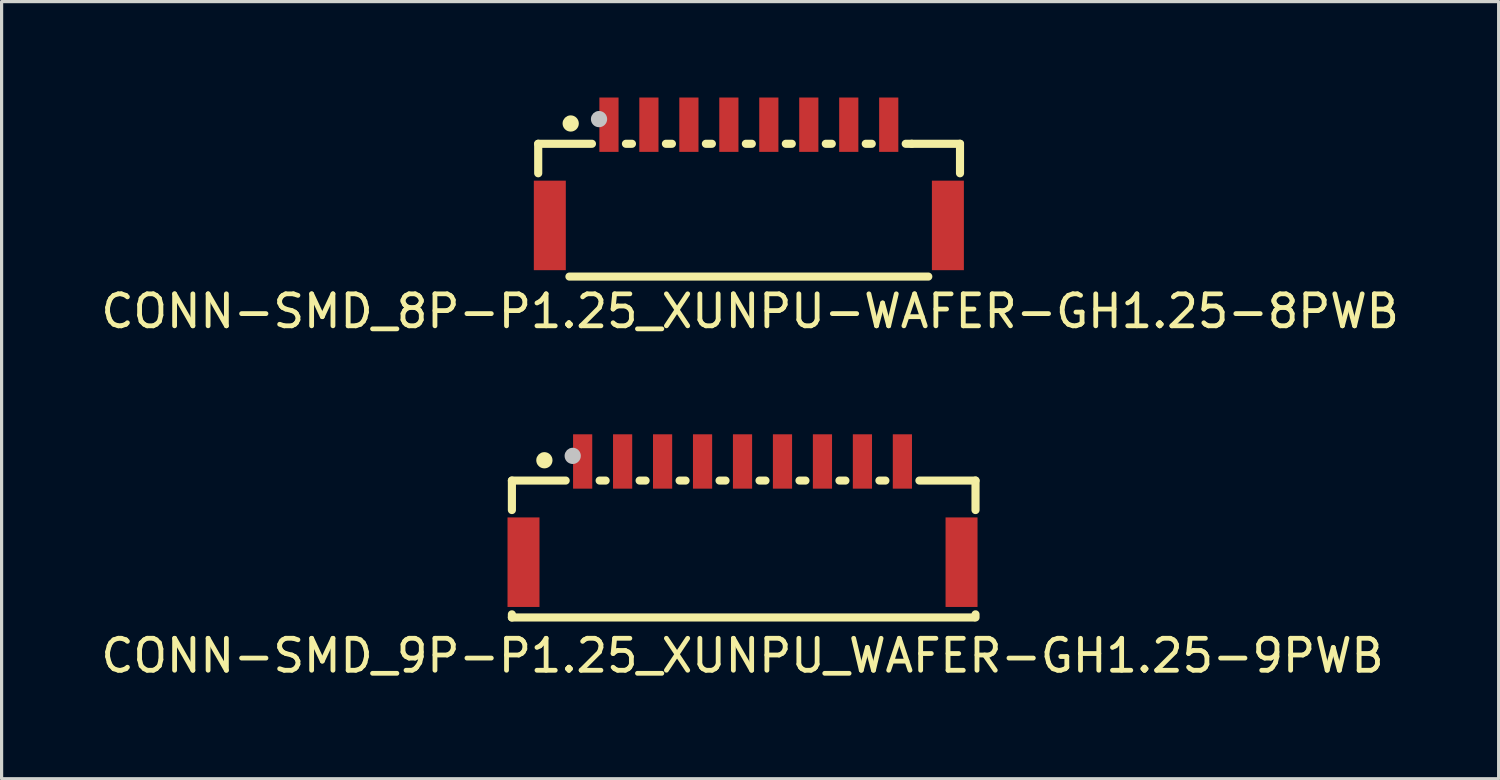
<source format=kicad_pcb>
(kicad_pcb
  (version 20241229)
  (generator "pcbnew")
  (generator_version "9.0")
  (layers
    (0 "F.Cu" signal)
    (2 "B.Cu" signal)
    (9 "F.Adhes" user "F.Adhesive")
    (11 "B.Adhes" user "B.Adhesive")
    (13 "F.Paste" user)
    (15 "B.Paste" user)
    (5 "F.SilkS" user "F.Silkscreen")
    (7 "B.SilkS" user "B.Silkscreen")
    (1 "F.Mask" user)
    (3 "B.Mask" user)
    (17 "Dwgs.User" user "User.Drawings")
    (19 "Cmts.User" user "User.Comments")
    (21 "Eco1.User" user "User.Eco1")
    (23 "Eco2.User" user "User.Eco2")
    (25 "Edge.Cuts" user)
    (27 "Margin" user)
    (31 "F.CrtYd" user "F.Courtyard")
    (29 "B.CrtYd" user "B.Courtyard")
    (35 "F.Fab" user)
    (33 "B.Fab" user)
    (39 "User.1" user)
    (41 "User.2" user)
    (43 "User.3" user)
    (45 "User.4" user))
  (footprint "CONN-SMD_9P-P1.25_XUNPU_WAFER-GH1.25-9PWB"
    (layer "F.Cu")
    (at 20.173 12.958)
    (property "Reference" "CONN-SMD_9P-P1.25_XUNPU_WAFER-GH1.25-9PWB" (at 0 4.5 0) (layer "F.SilkS") (effects (font (size 1 1) (thickness 0.15))))
    (fp_line (start -7.213 -0.978) (end -7.213 -0.056) (stroke (width 0.254) (type default)) (layer "F.SilkS"))
    (fp_line (start -7.213 -0.978) (end -5.531 -0.978) (stroke (width 0.254) (type default)) (layer "F.SilkS"))
    (fp_line (start -7.213 3.206) (end -7.213 3.304) (stroke (width 0.254) (type default)) (layer "F.SilkS"))
    (fp_line (start -7.213 3.304) (end 7.239 3.304) (stroke (width 0.254) (type default)) (layer "F.SilkS"))
    (fp_line (start -4.469 -0.978) (end -4.281 -0.978) (stroke (width 0.254) (type default)) (layer "F.SilkS"))
    (fp_line (start -3.219 -0.978) (end -3.031 -0.978) (stroke (width 0.254) (type default)) (layer "F.SilkS"))
    (fp_line (start -1.969 -0.978) (end -1.781 -0.978) (stroke (width 0.254) (type default)) (layer "F.SilkS"))
    (fp_line (start -0.719 -0.978) (end -0.531 -0.978) (stroke (width 0.254) (type default)) (layer "F.SilkS"))
    (fp_line (start 0.531 -0.978) (end 0.719 -0.978) (stroke (width 0.254) (type default)) (layer "F.SilkS"))
    (fp_line (start 1.781 -0.978) (end 1.969 -0.978) (stroke (width 0.254) (type default)) (layer "F.SilkS"))
    (fp_line (start 3.031 -0.978) (end 3.219 -0.978) (stroke (width 0.254) (type default)) (layer "F.SilkS"))
    (fp_line (start 4.281 -0.978) (end 4.469 -0.978) (stroke (width 0.254) (type default)) (layer "F.SilkS"))
    (fp_line (start 5.532 -0.978) (end 7.287 -0.978) (stroke (width 0.254) (type default)) (layer "F.SilkS"))
    (fp_line (start 7.287 -0.978) (end 7.287 -0.056) (stroke (width 0.254) (type default)) (layer "F.SilkS"))
    (fp_line (start 7.287 3.206) (end 7.287 3.304) (stroke (width 0.254) (type default)) (layer "F.SilkS"))
    (fp_circle (center -6.197 -1.613) (end -6.07 -1.613) (stroke (width 0.254) (type default)) (fill no) (layer "F.SilkS"))
    (fp_circle (center -5.311 -1.75) (end -5.184 -1.75) (stroke (width 0.254) (type default)) (fill no) (layer "Dwgs.User"))
    (fp_poly (pts (xy -6.95 0.575) (xy -6.75 0.575) (xy -6.75 2.575) (xy -6.95 2.575)) (stroke (width 0.1) (type default)) (fill no) (layer "User.1"))
    (fp_poly (pts (xy -5.1 -1.944) (xy -4.9 -1.944) (xy -4.9 -0.845) (xy -5.1 -0.845)) (stroke (width 0.1) (type default)) (fill no) (layer "User.1"))
    (fp_poly (pts (xy -3.85 -1.944) (xy -3.65 -1.944) (xy -3.65 -0.845) (xy -3.85 -0.845)) (stroke (width 0.1) (type default)) (fill no) (layer "User.1"))
    (fp_poly (pts (xy -2.6 -1.944) (xy -2.4 -1.944) (xy -2.4 -0.845) (xy -2.6 -0.845)) (stroke (width 0.1) (type default)) (fill no) (layer "User.1"))
    (fp_poly (pts (xy -1.35 -1.944) (xy -1.15 -1.944) (xy -1.15 -0.845) (xy -1.35 -0.845)) (stroke (width 0.1) (type default)) (fill no) (layer "User.1"))
    (fp_poly (pts (xy -0.1 -1.944) (xy 0.1 -1.944) (xy 0.1 -0.845) (xy -0.1 -0.845)) (stroke (width 0.1) (type default)) (fill no) (layer "User.1"))
    (fp_poly (pts (xy 1.15 -1.944) (xy 1.35 -1.944) (xy 1.35 -0.845) (xy 1.15 -0.845)) (stroke (width 0.1) (type default)) (fill no) (layer "User.1"))
    (fp_poly (pts (xy 2.4 -1.944) (xy 2.6 -1.944) (xy 2.6 -0.845) (xy 2.4 -0.845)) (stroke (width 0.1) (type default)) (fill no) (layer "User.1"))
    (fp_poly (pts (xy 3.65 -1.944) (xy 3.85 -1.944) (xy 3.85 -0.845) (xy 3.65 -0.845)) (stroke (width 0.1) (type default)) (fill no) (layer "User.1"))
    (fp_poly (pts (xy 4.9 -1.944) (xy 5.1 -1.944) (xy 5.1 -0.845) (xy 4.9 -0.845)) (stroke (width 0.1) (type default)) (fill no) (layer "User.1"))
    (fp_poly (pts (xy 6.75 0.575) (xy 6.95 0.575) (xy 6.95 2.575) (xy 6.75 2.575)) (stroke (width 0.1) (type default)) (fill no) (layer "User.1"))
    (fp_line (start -7.25 -0.995) (end 7.25 -0.995) (stroke (width 0.051) (type default)) (layer "User.2"))
    (fp_line (start -7.25 3.055) (end -7.25 -0.995) (stroke (width 0.051) (type default)) (layer "User.2"))
    (fp_line (start 7.25 -0.995) (end 7.25 3.055) (stroke (width 0.051) (type default)) (layer "User.2"))
    (fp_line (start 7.25 3.055) (end -7.25 3.055) (stroke (width 0.051) (type default)) (layer "User.2"))
    (fp_poly (pts (xy -7.19 -1.944) (xy -7.208 -1.987) (xy -7.25 -2.005) (xy -7.292 -1.987) (xy -7.31 -1.944) (xy -7.292 -1.902) (xy -7.25 -1.885) (xy -7.208 -1.902)) (stroke (width 0.1) (type default)) (fill no) (layer "User.3"))
    (pad "1" smd rect (at -5 -1.575) (size 0.6 1.7) (layers "F.Cu" "F.Mask" "F.Paste"))
    (pad "2" smd rect (at -3.75 -1.575) (size 0.6 1.7) (layers "F.Cu" "F.Mask" "F.Paste"))
    (pad "3" smd rect (at -2.5 -1.575) (size 0.6 1.7) (layers "F.Cu" "F.Mask" "F.Paste"))
    (pad "4" smd rect (at -1.25 -1.575) (size 0.6 1.7) (layers "F.Cu" "F.Mask" "F.Paste"))
    (pad "5" smd rect (at 0 -1.575) (size 0.6 1.7) (layers "F.Cu" "F.Mask" "F.Paste"))
    (pad "6" smd rect (at 1.25 -1.575) (size 0.6 1.7) (layers "F.Cu" "F.Mask" "F.Paste"))
    (pad "7" smd rect (at 2.5 -1.575) (size 0.6 1.7) (layers "F.Cu" "F.Mask" "F.Paste"))
    (pad "8" smd rect (at 3.75 -1.575) (size 0.6 1.7) (layers "F.Cu" "F.Mask" "F.Paste"))
    (pad "9" smd rect (at 5 -1.575) (size 0.6 1.7) (layers "F.Cu" "F.Mask" "F.Paste"))
    (pad "10" smd rect (at 6.85 1.575) (size 1 2.8) (layers "F.Cu" "F.Mask" "F.Paste"))
    (pad "11" smd rect (at -6.85 1.575) (size 1 2.8) (layers "F.Cu" "F.Mask" "F.Paste")))
  (footprint "CONN-SMD_8P-P1.25_XUNPU-WAFER-GH1.25-8PWB"
    (layer "F.Cu")
    (at 20.371 2.425)
    (property "Reference" "CONN-SMD_8P-P1.25_XUNPU-WAFER-GH1.25-8PWB" (at 0.04 4.26 0) (layer "F.SilkS") (effects (font (size 1 1) (thickness 0.15))))
    (fp_line (start -6.588 -0.978) (end -6.588 -0.056) (stroke (width 0.254) (type default)) (layer "F.SilkS"))
    (fp_line (start -6.588 -0.978) (end -4.907 -0.978) (stroke (width 0.254) (type default)) (layer "F.SilkS"))
    (fp_line (start -5.612 3.175) (end 5.612 3.175) (stroke (width 0.254) (type default)) (layer "F.SilkS"))
    (fp_line (start -3.844 -0.978) (end -3.656 -0.978) (stroke (width 0.254) (type default)) (layer "F.SilkS"))
    (fp_line (start -2.594 -0.978) (end -2.406 -0.978) (stroke (width 0.254) (type default)) (layer "F.SilkS"))
    (fp_line (start -1.344 -0.978) (end -1.156 -0.978) (stroke (width 0.254) (type default)) (layer "F.SilkS"))
    (fp_line (start -0.094 -0.978) (end 0.093 -0.978) (stroke (width 0.254) (type default)) (layer "F.SilkS"))
    (fp_line (start 1.156 -0.978) (end 1.343 -0.978) (stroke (width 0.254) (type default)) (layer "F.SilkS"))
    (fp_line (start 2.406 -0.978) (end 2.594 -0.978) (stroke (width 0.254) (type default)) (layer "F.SilkS"))
    (fp_line (start 3.656 -0.978) (end 3.844 -0.978) (stroke (width 0.254) (type default)) (layer "F.SilkS"))
    (fp_line (start 4.906 -0.978) (end 5.094 -0.978) (stroke (width 0.254) (type default)) (layer "F.SilkS"))
    (fp_line (start 5.094 -0.978) (end 6.604 -0.978) (stroke (width 0.254) (type default)) (layer "F.SilkS"))
    (fp_line (start 6.604 -0.978) (end 6.604 -0.056) (stroke (width 0.254) (type default)) (layer "F.SilkS"))
    (fp_circle (center -5.572 -1.613) (end -5.445 -1.613) (stroke (width 0.254) (type default)) (fill no) (layer "F.SilkS"))
    (fp_circle (center -4.686 -1.75) (end -4.559 -1.75) (stroke (width 0.254) (type default)) (fill no) (layer "Dwgs.User"))
    (fp_poly (pts (xy -6.325 0.575) (xy -6.125 0.575) (xy -6.125 2.575) (xy -6.325 2.575)) (stroke (width 0.1) (type default)) (fill no) (layer "User.1"))
    (fp_poly (pts (xy -4.475 -1.944) (xy -4.275 -1.944) (xy -4.275 -0.845) (xy -4.475 -0.845)) (stroke (width 0.1) (type default)) (fill no) (layer "User.1"))
    (fp_poly (pts (xy -3.225 -1.944) (xy -3.025 -1.944) (xy -3.025 -0.845) (xy -3.225 -0.845)) (stroke (width 0.1) (type default)) (fill no) (layer "User.1"))
    (fp_poly (pts (xy -1.976 -1.944) (xy -1.776 -1.944) (xy -1.776 -0.845) (xy -1.976 -0.845)) (stroke (width 0.1) (type default)) (fill no) (layer "User.1"))
    (fp_poly (pts (xy -0.725 -1.944) (xy -0.525 -1.944) (xy -0.525 -0.845) (xy -0.725 -0.845)) (stroke (width 0.1) (type default)) (fill no) (layer "User.1"))
    (fp_poly (pts (xy 0.525 -1.944) (xy 0.725 -1.944) (xy 0.725 -0.845) (xy 0.525 -0.845)) (stroke (width 0.1) (type default)) (fill no) (layer "User.1"))
    (fp_poly (pts (xy 1.775 -1.944) (xy 1.975 -1.944) (xy 1.975 -0.845) (xy 1.775 -0.845)) (stroke (width 0.1) (type default)) (fill no) (layer "User.1"))
    (fp_poly (pts (xy 3.025 -1.944) (xy 3.225 -1.944) (xy 3.225 -0.845) (xy 3.025 -0.845)) (stroke (width 0.1) (type default)) (fill no) (layer "User.1"))
    (fp_poly (pts (xy 4.275 -1.944) (xy 4.475 -1.944) (xy 4.475 -0.845) (xy 4.275 -0.845)) (stroke (width 0.1) (type default)) (fill no) (layer "User.1"))
    (fp_poly (pts (xy 6.125 0.575) (xy 6.324 0.575) (xy 6.324 2.575) (xy 6.125 2.575)) (stroke (width 0.1) (type default)) (fill no) (layer "User.1"))
    (fp_line (start -6.625 -0.995) (end 6.625 -0.995) (stroke (width 0.051) (type default)) (layer "User.2"))
    (fp_line (start -6.625 3.055) (end -6.625 -0.995) (stroke (width 0.051) (type default)) (layer "User.2"))
    (fp_line (start 6.625 -0.995) (end 6.625 3.055) (stroke (width 0.051) (type default)) (layer "User.2"))
    (fp_line (start 6.625 3.055) (end -6.625 3.055) (stroke (width 0.051) (type default)) (layer "User.2"))
    (fp_poly (pts (xy -6.565 -1.944) (xy -6.583 -1.987) (xy -6.625 -2.005) (xy -6.667 -1.987) (xy -6.685 -1.944) (xy -6.667 -1.902) (xy -6.625 -1.885) (xy -6.583 -1.902)) (stroke (width 0.1) (type default)) (fill no) (layer "User.3"))
    (pad "1" smd rect (at -4.375 -1.575) (size 0.6 1.7) (layers "F.Cu" "F.Mask" "F.Paste"))
    (pad "2" smd rect (at -3.126 -1.575) (size 0.6 1.7) (layers "F.Cu" "F.Mask" "F.Paste"))
    (pad "3" smd rect (at -1.875 -1.575) (size 0.6 1.7) (layers "F.Cu" "F.Mask" "F.Paste"))
    (pad "4" smd rect (at -0.625 -1.575) (size 0.6 1.7) (layers "F.Cu" "F.Mask" "F.Paste"))
    (pad "5" smd rect (at 0.625 -1.575) (size 0.6 1.7) (layers "F.Cu" "F.Mask" "F.Paste"))
    (pad "6" smd rect (at 1.875 -1.575) (size 0.6 1.7) (layers "F.Cu" "F.Mask" "F.Paste"))
    (pad "7" smd rect (at 3.125 -1.575) (size 0.6 1.7) (layers "F.Cu" "F.Mask" "F.Paste"))
    (pad "8" smd rect (at 4.375 -1.575) (size 0.6 1.7) (layers "F.Cu" "F.Mask" "F.Paste"))
    (pad "10" smd rect (at 6.225 1.575) (size 1 2.8) (layers "F.Cu" "F.Mask" "F.Paste"))
    (pad "11" smd rect (at -6.225 1.575) (size 1 2.8) (layers "F.Cu" "F.Mask" "F.Paste")))
  (gr_rect
    (start -3 -3)
    (end 43.821 21.306)
    (stroke (width 0.1) (type default))
    (fill no)
    (layer "Edge.Cuts")))
</source>
